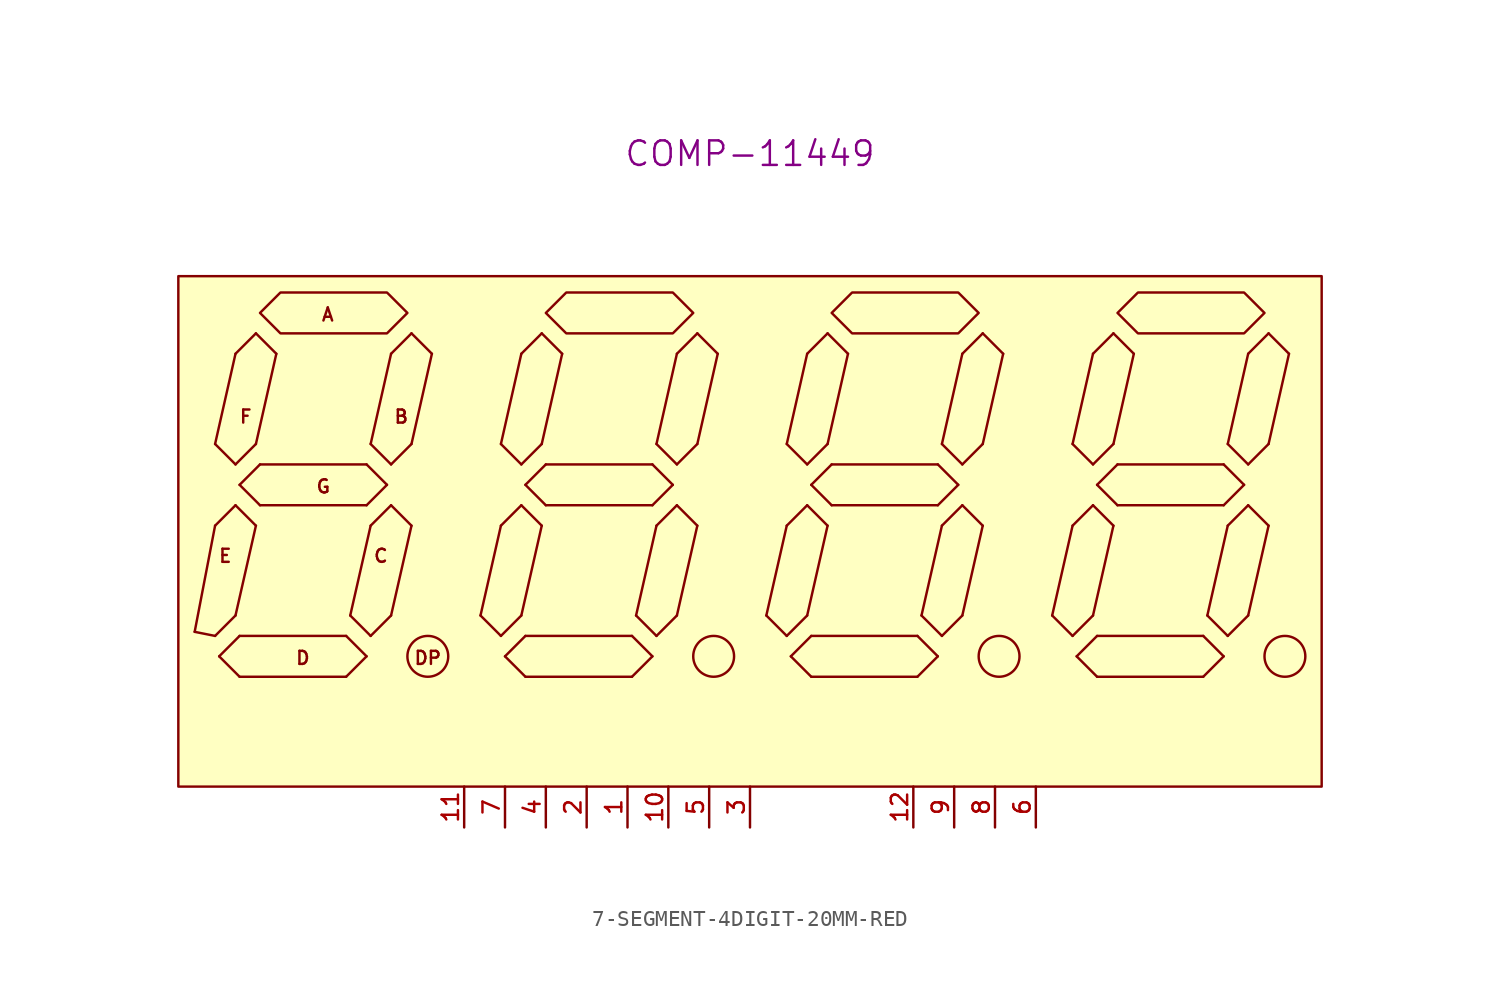
<source format=kicad_sym>
(kicad_symbol_lib
  (version 20220914)
  (generator kicad_symbol_editor)
  (symbol "7-SEGMENT-4DIGIT-20MM-RED"
    (pin_names
      (offset 1.016) hide)
    (property "Reference" "DISP"
      (at 0 20.32 0)
      (effects (font (size 1.143 1.143)) hide))
    (property "Field4" "COMP-11449"
      (at 0 24.13 0)
      (effects (font (size 1.524 1.524))))
    (property "ki_locked" ""
      (at 0 0 0)
      (effects (font (size 1.27 1.27))))
    (symbol "7-SEGMENT-4DIGIT-20MM-RED_1_0"
      (polyline (pts (xy -34.544 -5.613) (xy -33.274 -5.867)) (stroke (width 0) (type solid)) (fill (type none)))
      (polyline (pts (xy -33.274 -5.867) (xy -32.004 -4.597)) (stroke (width 0) (type solid)) (fill (type none)))
      (polyline (pts (xy -33.274 0.991) (xy -34.544 -5.613)) (stroke (width 0) (type solid)) (fill (type none)))
      (polyline (pts (xy -33.274 6.071) (xy -32.004 4.801)) (stroke (width 0) (type solid)) (fill (type none)))
      (polyline (pts (xy -33.02 -7.137) (xy -31.75 -8.407)) (stroke (width 0) (type solid)) (fill (type none)))
      (polyline (pts (xy -33.02 -7.137) (xy -31.75 -5.867)) (stroke (width 0) (type solid)) (fill (type none)))
      (polyline (pts (xy -32.004 -4.597) (xy -30.734 0.991)) (stroke (width 0) (type solid)) (fill (type none)))
      (polyline (pts (xy -32.004 2.261) (xy -33.274 0.991)) (stroke (width 0) (type solid)) (fill (type none)))
      (polyline (pts (xy -32.004 2.261) (xy -30.734 0.991)) (stroke (width 0) (type solid)) (fill (type none)))
      (polyline (pts (xy -32.004 4.801) (xy -30.734 6.071)) (stroke (width 0) (type solid)) (fill (type none)))
      (polyline (pts (xy -32.004 11.684) (xy -33.274 6.071)) (stroke (width 0) (type solid)) (fill (type none)))
      (polyline (pts (xy -31.75 -8.407) (xy -25.121 -8.407)) (stroke (width 0) (type solid)) (fill (type none)))
      (polyline (pts (xy -31.75 3.531) (xy -30.48 2.261)) (stroke (width 0) (type solid)) (fill (type none)))
      (polyline (pts (xy -31.75 3.531) (xy -30.48 4.801)) (stroke (width 0) (type solid)) (fill (type none)))
      (polyline (pts (xy -30.734 6.071) (xy -29.464 11.684)) (stroke (width 0) (type solid)) (fill (type none)))
      (polyline (pts (xy -30.734 12.954) (xy -32.004 11.684)) (stroke (width 0) (type solid)) (fill (type none)))
      (polyline (pts (xy -30.734 12.954) (xy -29.464 11.684)) (stroke (width 0) (type solid)) (fill (type none)))
      (polyline (pts (xy -30.48 2.261) (xy -23.851 2.261)) (stroke (width 0) (type solid)) (fill (type none)))
      (polyline (pts (xy -25.121 -8.407) (xy -23.851 -7.137)) (stroke (width 0) (type solid)) (fill (type none)))
      (polyline (pts (xy -25.121 -5.867) (xy -31.75 -5.867)) (stroke (width 0) (type solid)) (fill (type none)))
      (polyline (pts (xy -24.867 -4.597) (xy -23.597 -5.867)) (stroke (width 0) (type solid)) (fill (type none)))
      (polyline (pts (xy -23.851 -7.137) (xy -25.121 -5.867)) (stroke (width 0) (type solid)) (fill (type none)))
      (polyline (pts (xy -23.851 2.261) (xy -22.581 3.531)) (stroke (width 0) (type solid)) (fill (type none)))
      (polyline (pts (xy -23.851 4.801) (xy -30.48 4.801)) (stroke (width 0) (type solid)) (fill (type none)))
      (polyline (pts (xy -23.597 -5.867) (xy -22.327 -4.597)) (stroke (width 0) (type solid)) (fill (type none)))
      (polyline (pts (xy -23.597 0.991) (xy -24.867 -4.597)) (stroke (width 0) (type solid)) (fill (type none)))
      (polyline (pts (xy -23.597 6.071) (xy -22.327 4.801)) (stroke (width 0) (type solid)) (fill (type none)))
      (polyline (pts (xy -22.581 3.531) (xy -23.851 4.801)) (stroke (width 0) (type solid)) (fill (type none)))
      (polyline (pts (xy -22.327 -4.597) (xy -21.057 0.991)) (stroke (width 0) (type solid)) (fill (type none)))
      (polyline (pts (xy -22.327 2.261) (xy -23.597 0.991)) (stroke (width 0) (type solid)) (fill (type none)))
      (polyline (pts (xy -22.327 2.261) (xy -21.057 0.991)) (stroke (width 0) (type solid)) (fill (type none)))
      (polyline (pts (xy -22.327 4.801) (xy -21.057 6.071)) (stroke (width 0) (type solid)) (fill (type none)))
      (polyline (pts (xy -22.327 11.684) (xy -23.597 6.071)) (stroke (width 0) (type solid)) (fill (type none)))
      (polyline (pts (xy -21.057 6.071) (xy -19.787 11.684)) (stroke (width 0) (type solid)) (fill (type none)))
      (polyline (pts (xy -21.057 12.954) (xy -22.327 11.684)) (stroke (width 0) (type solid)) (fill (type none)))
      (polyline (pts (xy -21.057 12.954) (xy -19.787 11.684)) (stroke (width 0) (type solid)) (fill (type none)))
      (polyline (pts (xy -16.764 -4.597) (xy -15.494 -5.867)) (stroke (width 0) (type solid)) (fill (type none)))
      (polyline (pts (xy -15.494 -5.867) (xy -14.224 -4.597)) (stroke (width 0) (type solid)) (fill (type none)))
      (polyline (pts (xy -15.494 0.991) (xy -16.764 -4.597)) (stroke (width 0) (type solid)) (fill (type none)))
      (polyline (pts (xy -15.494 6.071) (xy -14.224 4.801)) (stroke (width 0) (type solid)) (fill (type none)))
      (polyline (pts (xy -15.24 -7.137) (xy -13.97 -8.407)) (stroke (width 0) (type solid)) (fill (type none)))
      (polyline (pts (xy -15.24 -7.137) (xy -13.97 -5.867)) (stroke (width 0) (type solid)) (fill (type none)))
      (polyline (pts (xy -14.224 -4.597) (xy -12.954 0.991)) (stroke (width 0) (type solid)) (fill (type none)))
      (polyline (pts (xy -14.224 2.261) (xy -15.494 0.991)) (stroke (width 0) (type solid)) (fill (type none)))
      (polyline (pts (xy -14.224 2.261) (xy -12.954 0.991)) (stroke (width 0) (type solid)) (fill (type none)))
      (polyline (pts (xy -14.224 4.801) (xy -12.954 6.071)) (stroke (width 0) (type solid)) (fill (type none)))
      (polyline (pts (xy -14.224 11.684) (xy -15.494 6.071)) (stroke (width 0) (type solid)) (fill (type none)))
      (polyline (pts (xy -13.97 -8.407) (xy -7.341 -8.407)) (stroke (width 0) (type solid)) (fill (type none)))
      (polyline (pts (xy -13.97 3.531) (xy -12.7 2.261)) (stroke (width 0) (type solid)) (fill (type none)))
      (polyline (pts (xy -13.97 3.531) (xy -12.7 4.801)) (stroke (width 0) (type solid)) (fill (type none)))
      (polyline (pts (xy -12.954 6.071) (xy -11.684 11.684)) (stroke (width 0) (type solid)) (fill (type none)))
      (polyline (pts (xy -12.954 12.954) (xy -14.224 11.684)) (stroke (width 0) (type solid)) (fill (type none)))
      (polyline (pts (xy -12.954 12.954) (xy -11.684 11.684)) (stroke (width 0) (type solid)) (fill (type none)))
      (polyline (pts (xy -12.7 2.261) (xy -6.071 2.261)) (stroke (width 0) (type solid)) (fill (type none)))
      (polyline (pts (xy -7.341 -8.407) (xy -6.071 -7.137)) (stroke (width 0) (type solid)) (fill (type none)))
      (polyline (pts (xy -7.341 -5.867) (xy -13.97 -5.867)) (stroke (width 0) (type solid)) (fill (type none)))
      (polyline (pts (xy -7.087 -4.597) (xy -5.817 -5.867)) (stroke (width 0) (type solid)) (fill (type none)))
      (polyline (pts (xy -6.071 -7.137) (xy -7.341 -5.867)) (stroke (width 0) (type solid)) (fill (type none)))
      (polyline (pts (xy -6.071 2.261) (xy -4.801 3.531)) (stroke (width 0) (type solid)) (fill (type none)))
      (polyline (pts (xy -6.071 4.801) (xy -12.7 4.801)) (stroke (width 0) (type solid)) (fill (type none)))
      (polyline (pts (xy -5.817 -5.867) (xy -4.547 -4.597)) (stroke (width 0) (type solid)) (fill (type none)))
      (polyline (pts (xy -5.817 0.991) (xy -7.087 -4.597)) (stroke (width 0) (type solid)) (fill (type none)))
      (polyline (pts (xy -5.817 6.071) (xy -4.547 4.801)) (stroke (width 0) (type solid)) (fill (type none)))
      (polyline (pts (xy -4.801 3.531) (xy -6.071 4.801)) (stroke (width 0) (type solid)) (fill (type none)))
      (polyline (pts (xy -4.547 -4.597) (xy -3.277 0.991)) (stroke (width 0) (type solid)) (fill (type none)))
      (polyline (pts (xy -4.547 2.261) (xy -5.817 0.991)) (stroke (width 0) (type solid)) (fill (type none)))
      (polyline (pts (xy -4.547 2.261) (xy -3.277 0.991)) (stroke (width 0) (type solid)) (fill (type none)))
      (polyline (pts (xy -4.547 4.801) (xy -3.277 6.071)) (stroke (width 0) (type solid)) (fill (type none)))
      (polyline (pts (xy -4.547 11.684) (xy -5.817 6.071)) (stroke (width 0) (type solid)) (fill (type none)))
      (polyline (pts (xy -3.277 6.071) (xy -2.007 11.684)) (stroke (width 0) (type solid)) (fill (type none)))
      (polyline (pts (xy -3.277 12.954) (xy -4.547 11.684)) (stroke (width 0) (type solid)) (fill (type none)))
      (polyline (pts (xy -3.277 12.954) (xy -2.007 11.684)) (stroke (width 0) (type solid)) (fill (type none)))
      (polyline (pts (xy 1.016 -4.597) (xy 2.286 -5.867)) (stroke (width 0) (type solid)) (fill (type none)))
      (polyline (pts (xy 2.286 -5.867) (xy 3.556 -4.597)) (stroke (width 0) (type solid)) (fill (type none)))
      (polyline (pts (xy 2.286 0.991) (xy 1.016 -4.597)) (stroke (width 0) (type solid)) (fill (type none)))
      (polyline (pts (xy 2.286 6.071) (xy 3.556 4.801)) (stroke (width 0) (type solid)) (fill (type none)))
      (polyline (pts (xy 2.54 -7.137) (xy 3.81 -8.407)) (stroke (width 0) (type solid)) (fill (type none)))
      (polyline (pts (xy 2.54 -7.137) (xy 3.81 -5.867)) (stroke (width 0) (type solid)) (fill (type none)))
      (polyline (pts (xy 3.556 -4.597) (xy 4.826 0.991)) (stroke (width 0) (type solid)) (fill (type none)))
      (polyline (pts (xy 3.556 2.261) (xy 2.286 0.991)) (stroke (width 0) (type solid)) (fill (type none)))
      (polyline (pts (xy 3.556 2.261) (xy 4.826 0.991)) (stroke (width 0) (type solid)) (fill (type none)))
      (polyline (pts (xy 3.556 4.801) (xy 4.826 6.071)) (stroke (width 0) (type solid)) (fill (type none)))
      (polyline (pts (xy 3.556 11.684) (xy 2.286 6.071)) (stroke (width 0) (type solid)) (fill (type none)))
      (polyline (pts (xy 3.81 -8.407) (xy 10.414 -8.407)) (stroke (width 0) (type solid)) (fill (type none)))
      (polyline (pts (xy 3.81 3.531) (xy 5.08 2.261)) (stroke (width 0) (type solid)) (fill (type none)))
      (polyline (pts (xy 3.81 3.531) (xy 5.08 4.801)) (stroke (width 0) (type solid)) (fill (type none)))
      (polyline (pts (xy 4.826 6.071) (xy 6.096 11.684)) (stroke (width 0) (type solid)) (fill (type none)))
      (polyline (pts (xy 4.826 12.954) (xy 3.556 11.684)) (stroke (width 0) (type solid)) (fill (type none)))
      (polyline (pts (xy 4.826 12.954) (xy 6.096 11.684)) (stroke (width 0) (type solid)) (fill (type none)))
      (polyline (pts (xy 5.08 2.261) (xy 11.684 2.261)) (stroke (width 0) (type solid)) (fill (type none)))
      (polyline (pts (xy 10.414 -8.407) (xy 11.684 -7.137)) (stroke (width 0) (type solid)) (fill (type none)))
      (polyline (pts (xy 10.414 -5.867) (xy 3.81 -5.867)) (stroke (width 0) (type solid)) (fill (type none)))
      (polyline (pts (xy 10.668 -4.597) (xy 11.938 -5.867)) (stroke (width 0) (type solid)) (fill (type none)))
      (polyline (pts (xy 11.684 -7.137) (xy 10.414 -5.867)) (stroke (width 0) (type solid)) (fill (type none)))
      (polyline (pts (xy 11.684 2.261) (xy 12.954 3.531)) (stroke (width 0) (type solid)) (fill (type none)))
      (polyline (pts (xy 11.684 4.801) (xy 5.08 4.801)) (stroke (width 0) (type solid)) (fill (type none)))
      (polyline (pts (xy 11.938 -5.867) (xy 13.208 -4.597)) (stroke (width 0) (type solid)) (fill (type none)))
      (polyline (pts (xy 11.938 0.991) (xy 10.668 -4.597)) (stroke (width 0) (type solid)) (fill (type none)))
      (polyline (pts (xy 11.938 6.071) (xy 13.208 4.801)) (stroke (width 0) (type solid)) (fill (type none)))
      (polyline (pts (xy 12.954 3.531) (xy 11.684 4.801)) (stroke (width 0) (type solid)) (fill (type none)))
      (polyline (pts (xy 13.208 -4.597) (xy 14.478 0.991)) (stroke (width 0) (type solid)) (fill (type none)))
      (polyline (pts (xy 13.208 2.261) (xy 11.938 0.991)) (stroke (width 0) (type solid)) (fill (type none)))
      (polyline (pts (xy 13.208 2.261) (xy 14.478 0.991)) (stroke (width 0) (type solid)) (fill (type none)))
      (polyline (pts (xy 13.208 4.801) (xy 14.478 6.071)) (stroke (width 0) (type solid)) (fill (type none)))
      (polyline (pts (xy 13.208 11.684) (xy 11.938 6.071)) (stroke (width 0) (type solid)) (fill (type none)))
      (polyline (pts (xy 14.478 6.071) (xy 15.748 11.684)) (stroke (width 0) (type solid)) (fill (type none)))
      (polyline (pts (xy 14.478 12.954) (xy 13.208 11.684)) (stroke (width 0) (type solid)) (fill (type none)))
      (polyline (pts (xy 14.478 12.954) (xy 15.748 11.684)) (stroke (width 0) (type solid)) (fill (type none)))
      (polyline (pts (xy 18.796 -4.597) (xy 20.066 -5.867)) (stroke (width 0) (type solid)) (fill (type none)))
      (polyline (pts (xy 20.066 -5.867) (xy 21.336 -4.597)) (stroke (width 0) (type solid)) (fill (type none)))
      (polyline (pts (xy 20.066 0.991) (xy 18.796 -4.597)) (stroke (width 0) (type solid)) (fill (type none)))
      (polyline (pts (xy 20.066 6.071) (xy 21.336 4.801)) (stroke (width 0) (type solid)) (fill (type none)))
      (polyline (pts (xy 20.32 -7.137) (xy 21.59 -8.407)) (stroke (width 0) (type solid)) (fill (type none)))
      (polyline (pts (xy 20.32 -7.137) (xy 21.59 -5.867)) (stroke (width 0) (type solid)) (fill (type none)))
      (polyline (pts (xy 21.336 -4.597) (xy 22.606 0.991)) (stroke (width 0) (type solid)) (fill (type none)))
      (polyline (pts (xy 21.336 2.261) (xy 20.066 0.991)) (stroke (width 0) (type solid)) (fill (type none)))
      (polyline (pts (xy 21.336 2.261) (xy 22.606 0.991)) (stroke (width 0) (type solid)) (fill (type none)))
      (polyline (pts (xy 21.336 4.801) (xy 22.606 6.071)) (stroke (width 0) (type solid)) (fill (type none)))
      (polyline (pts (xy 21.336 11.684) (xy 20.066 6.071)) (stroke (width 0) (type solid)) (fill (type none)))
      (polyline (pts (xy 21.59 -8.407) (xy 28.194 -8.407)) (stroke (width 0) (type solid)) (fill (type none)))
      (polyline (pts (xy 21.59 3.531) (xy 22.86 2.261)) (stroke (width 0) (type solid)) (fill (type none)))
      (polyline (pts (xy 21.59 3.531) (xy 22.86 4.801)) (stroke (width 0) (type solid)) (fill (type none)))
      (polyline (pts (xy 22.606 6.071) (xy 23.876 11.684)) (stroke (width 0) (type solid)) (fill (type none)))
      (polyline (pts (xy 22.606 12.954) (xy 21.336 11.684)) (stroke (width 0) (type solid)) (fill (type none)))
      (polyline (pts (xy 22.606 12.954) (xy 23.876 11.684)) (stroke (width 0) (type solid)) (fill (type none)))
      (polyline (pts (xy 22.86 2.261) (xy 29.464 2.261)) (stroke (width 0) (type solid)) (fill (type none)))
      (polyline (pts (xy 28.194 -8.407) (xy 29.464 -7.137)) (stroke (width 0) (type solid)) (fill (type none)))
      (polyline (pts (xy 28.194 -5.867) (xy 21.59 -5.867)) (stroke (width 0) (type solid)) (fill (type none)))
      (polyline (pts (xy 28.448 -4.597) (xy 29.718 -5.867)) (stroke (width 0) (type solid)) (fill (type none)))
      (polyline (pts (xy 29.464 -7.137) (xy 28.194 -5.867)) (stroke (width 0) (type solid)) (fill (type none)))
      (polyline (pts (xy 29.464 2.261) (xy 30.734 3.531)) (stroke (width 0) (type solid)) (fill (type none)))
      (polyline (pts (xy 29.464 4.801) (xy 22.86 4.801)) (stroke (width 0) (type solid)) (fill (type none)))
      (polyline (pts (xy 29.718 -5.867) (xy 30.988 -4.597)) (stroke (width 0) (type solid)) (fill (type none)))
      (polyline (pts (xy 29.718 0.991) (xy 28.448 -4.597)) (stroke (width 0) (type solid)) (fill (type none)))
      (polyline (pts (xy 29.718 6.071) (xy 30.988 4.801)) (stroke (width 0) (type solid)) (fill (type none)))
      (polyline (pts (xy 30.734 3.531) (xy 29.464 4.801)) (stroke (width 0) (type solid)) (fill (type none)))
      (polyline (pts (xy 30.988 -4.597) (xy 32.258 0.991)) (stroke (width 0) (type solid)) (fill (type none)))
      (polyline (pts (xy 30.988 2.261) (xy 29.718 0.991)) (stroke (width 0) (type solid)) (fill (type none)))
      (polyline (pts (xy 30.988 2.261) (xy 32.258 0.991)) (stroke (width 0) (type solid)) (fill (type none)))
      (polyline (pts (xy 30.988 4.801) (xy 32.258 6.071)) (stroke (width 0) (type solid)) (fill (type none)))
      (polyline (pts (xy 30.988 11.684) (xy 29.718 6.071)) (stroke (width 0) (type solid)) (fill (type none)))
      (polyline (pts (xy 32.258 6.071) (xy 33.528 11.684)) (stroke (width 0) (type solid)) (fill (type none)))
      (polyline (pts (xy 32.258 12.954) (xy 30.988 11.684)) (stroke (width 0) (type solid)) (fill (type none)))
      (polyline (pts (xy 32.258 12.954) (xy 33.528 11.684)) (stroke (width 0) (type solid)) (fill (type none)))
      (text "A" (at -26.264 14.122 0) (effects (font (size 0.813 0.813))))
      (text "B" (at -21.692 7.772 0) (effects (font (size 0.813 0.813))))
      (text "C" (at -22.962 -0.889 0) (effects (font (size 0.813 0.813))))
      (text "D" (at -27.813 -7.239 0) (effects (font (size 0.813 0.813))))
      (text "DP" (at -20.041 -7.239 0) (effects (font (size 0.813 0.813))))
      (text "E" (at -32.639 -0.889 0) (effects (font (size 0.813 0.813))))
      (text "F" (at -31.369 7.772 0) (effects (font (size 0.813 0.813))))
      (text "G" (at -26.543 3.429 0) (effects (font (size 0.813 0.813)))))
    (symbol "7-SEGMENT-4DIGIT-20MM-RED_1_1"
      (circle (center -20.041 -7.137) (radius 1.27) (stroke (width 0) (type solid)) (fill (type none)))
      (circle (center -2.261 -7.137) (radius 1.27) (stroke (width 0) (type solid)) (fill (type none)))
      (polyline (pts (xy -35.56 16.51) (xy 35.56 16.51) (xy 35.56 -15.24) (xy -35.56 -15.24) (xy -35.56 16.51)) (stroke (width 0) (type solid)) (fill (type background)))
      (polyline (pts (xy -22.581 15.494) (xy -21.311 14.224) (xy -22.581 12.954) (xy -29.21 12.954) (xy -30.48 14.224) (xy -29.21 15.494) (xy -22.581 15.494)) (stroke (width 0) (type solid)) (fill (type background)))
      (polyline (pts (xy -4.801 15.494) (xy -3.531 14.224) (xy -4.801 12.954) (xy -11.43 12.954) (xy -12.7 14.224) (xy -11.43 15.494) (xy -4.801 15.494)) (stroke (width 0) (type solid)) (fill (type background)))
      (polyline (pts (xy 12.954 15.494) (xy 14.224 14.224) (xy 12.954 12.954) (xy 6.35 12.954) (xy 5.08 14.224) (xy 6.35 15.494) (xy 12.954 15.494)) (stroke (width 0) (type solid)) (fill (type background)))
      (polyline (pts (xy 30.734 15.494) (xy 32.004 14.224) (xy 30.734 12.954) (xy 24.13 12.954) (xy 22.86 14.224) (xy 24.13 15.494) (xy 30.734 15.494)) (stroke (width 0) (type solid)) (fill (type background)))
      (circle (center 15.494 -7.137) (radius 1.27) (stroke (width 0) (type solid)) (fill (type none)))
      (circle (center 33.274 -7.137) (radius 1.27) (stroke (width 0) (type solid)) (fill (type none)))
      (pin bidirectional line (at -7.62 -17.78 90) (length 2.54) (name "E" (effects (font (size 1.016 1.016)))) (number "1" (effects (font (size 1.016 1.016)))))
      (pin bidirectional line (at -5.08 -17.78 90) (length 2.54) (name "F" (effects (font (size 1.016 1.016)))) (number "10" (effects (font (size 1.016 1.016)))))
      (pin bidirectional line (at -17.78 -17.78 90) (length 2.54) (name "A" (effects (font (size 1.016 1.016)))) (number "11" (effects (font (size 1.016 1.016)))))
      (pin bidirectional line (at 10.16 -17.78 90) (length 2.54) (name "D1" (effects (font (size 1.016 1.016)))) (number "12" (effects (font (size 1.016 1.016)))))
      (pin bidirectional line (at -10.16 -17.78 90) (length 2.54) (name "D" (effects (font (size 1.016 1.016)))) (number "2" (effects (font (size 1.016 1.016)))))
      (pin bidirectional line (at 0 -17.78 90) (length 2.54) (name "DP" (effects (font (size 1.016 1.016)))) (number "3" (effects (font (size 1.016 1.016)))))
      (pin bidirectional line (at -12.7 -17.78 90) (length 2.54) (name "C" (effects (font (size 1.016 1.016)))) (number "4" (effects (font (size 1.016 1.016)))))
      (pin bidirectional line (at -2.54 -17.78 90) (length 2.54) (name "G" (effects (font (size 1.016 1.016)))) (number "5" (effects (font (size 1.016 1.016)))))
      (pin bidirectional line (at 17.78 -17.78 90) (length 2.54) (name "D4" (effects (font (size 1.016 1.016)))) (number "6" (effects (font (size 1.016 1.016)))))
      (pin bidirectional line (at -15.24 -17.78 90) (length 2.54) (name "B" (effects (font (size 1.016 1.016)))) (number "7" (effects (font (size 1.016 1.016)))))
      (pin bidirectional line (at 15.24 -17.78 90) (length 2.54) (name "D3" (effects (font (size 1.016 1.016)))) (number "8" (effects (font (size 1.016 1.016)))))
      (pin bidirectional line (at 12.7 -17.78 90) (length 2.54) (name "D2" (effects (font (size 1.016 1.016)))) (number "9" (effects (font (size 1.016 1.016))))))))
</source>
